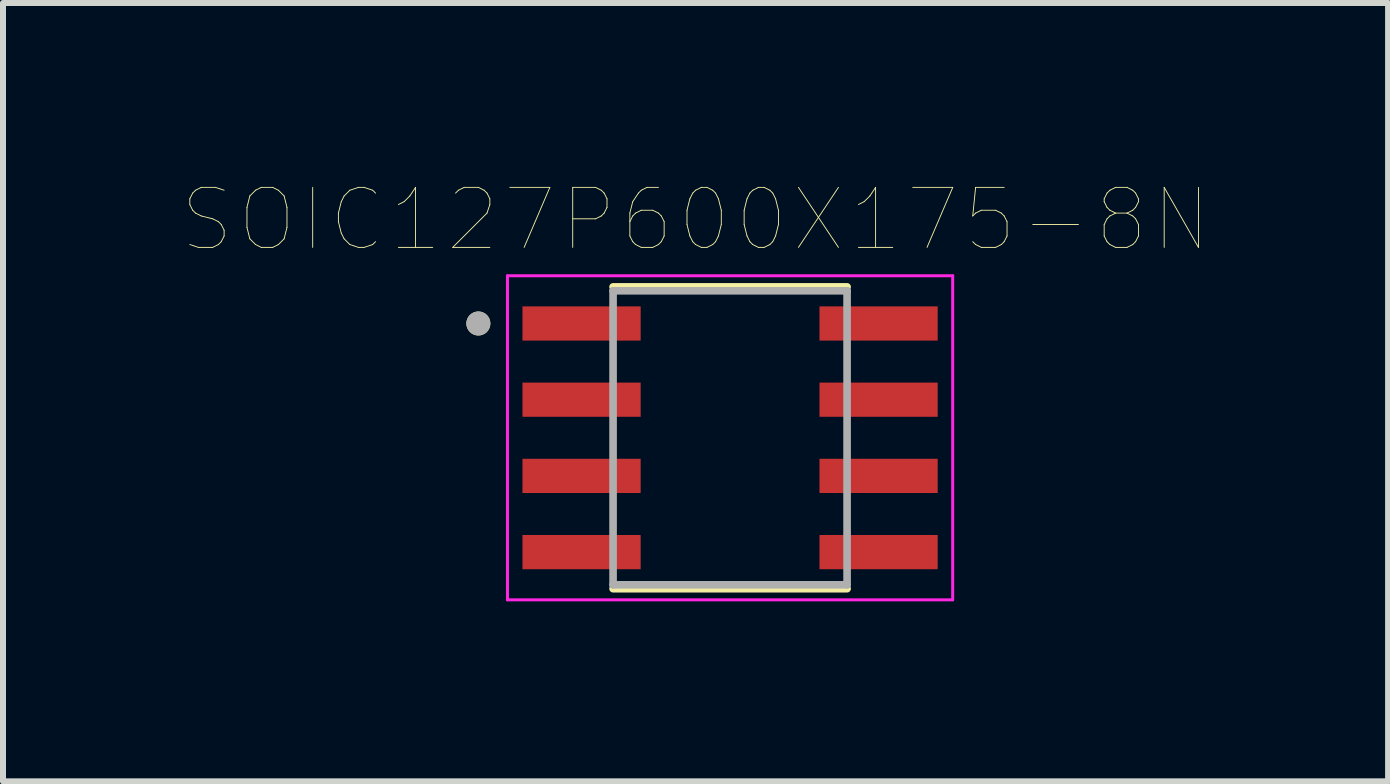
<source format=kicad_pcb>
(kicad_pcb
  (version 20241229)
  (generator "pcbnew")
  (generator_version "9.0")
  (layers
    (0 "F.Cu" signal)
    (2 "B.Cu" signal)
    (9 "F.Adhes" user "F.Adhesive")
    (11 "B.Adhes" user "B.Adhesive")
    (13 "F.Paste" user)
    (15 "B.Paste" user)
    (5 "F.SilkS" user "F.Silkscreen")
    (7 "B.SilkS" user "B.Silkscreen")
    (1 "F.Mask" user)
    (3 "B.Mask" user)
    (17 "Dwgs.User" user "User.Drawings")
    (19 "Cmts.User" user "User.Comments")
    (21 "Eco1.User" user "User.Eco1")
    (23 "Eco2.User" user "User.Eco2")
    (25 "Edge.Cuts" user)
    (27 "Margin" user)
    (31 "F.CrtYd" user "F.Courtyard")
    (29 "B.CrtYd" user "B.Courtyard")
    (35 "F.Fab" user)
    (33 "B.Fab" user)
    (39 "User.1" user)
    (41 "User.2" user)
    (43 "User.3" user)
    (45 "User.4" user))
  (footprint "SOIC127P600X175-8N"
    (layer "F.Cu")
    (at 9.117 4.246)
    (property "Reference" "SOIC127P600X175-8N" (at -0.575 -3.635 0) (layer "F.SilkS") (effects (font (size 1 1) (thickness 0.015))))
    (attr through_hole)
    (fp_line (start -1.95 -2.515) (end 1.95 -2.515) (stroke (width 0.127) (type solid)) (layer "F.SilkS"))
    (fp_line (start -1.95 2.515) (end 1.95 2.515) (stroke (width 0.127) (type solid)) (layer "F.SilkS"))
    (fp_circle (center -4.195 -1.905) (end -4.095 -1.905) (stroke (width 0.2) (type solid)) (fill no) (layer "F.SilkS"))
    (fp_line (start -3.71 -2.7) (end -3.71 2.7) (stroke (width 0.05) (type solid)) (layer "F.CrtYd"))
    (fp_line (start -3.71 -2.7) (end 3.71 -2.7) (stroke (width 0.05) (type solid)) (layer "F.CrtYd"))
    (fp_line (start -3.71 2.7) (end 3.71 2.7) (stroke (width 0.05) (type solid)) (layer "F.CrtYd"))
    (fp_line (start 3.71 -2.7) (end 3.71 2.7) (stroke (width 0.05) (type solid)) (layer "F.CrtYd"))
    (fp_line (start -1.95 -2.45) (end -1.95 2.45) (stroke (width 0.127) (type solid)) (layer "F.Fab"))
    (fp_line (start -1.95 -2.45) (end 1.95 -2.45) (stroke (width 0.127) (type solid)) (layer "F.Fab"))
    (fp_line (start -1.95 2.45) (end 1.95 2.45) (stroke (width 0.127) (type solid)) (layer "F.Fab"))
    (fp_line (start 1.95 -2.45) (end 1.95 2.45) (stroke (width 0.127) (type solid)) (layer "F.Fab"))
    (fp_circle (center -4.195 -1.905) (end -4.095 -1.905) (stroke (width 0.2) (type solid)) (fill no) (layer "F.Fab"))
    (pad "1" smd rect (at -2.475 -1.905) (size 1.97 0.57) (layers "F.Cu" "F.Mask" "F.Paste"))
    (pad "2" smd rect (at -2.475 -0.635) (size 1.97 0.57) (layers "F.Cu" "F.Mask" "F.Paste"))
    (pad "3" smd rect (at -2.475 0.635) (size 1.97 0.57) (layers "F.Cu" "F.Mask" "F.Paste"))
    (pad "4" smd rect (at -2.475 1.905) (size 1.97 0.57) (layers "F.Cu" "F.Mask" "F.Paste"))
    (pad "5" smd rect (at 2.475 1.905) (size 1.97 0.57) (layers "F.Cu" "F.Mask" "F.Paste"))
    (pad "6" smd rect (at 2.475 0.635) (size 1.97 0.57) (layers "F.Cu" "F.Mask" "F.Paste"))
    (pad "7" smd rect (at 2.475 -0.635) (size 1.97 0.57) (layers "F.Cu" "F.Mask" "F.Paste"))
    (pad "8" smd rect (at 2.475 -1.905) (size 1.97 0.57) (layers "F.Cu" "F.Mask" "F.Paste")))
  (gr_rect
    (start -3 -3)
    (end 20.083 9.971)
    (stroke (width 0.1) (type default))
    (fill no)
    (layer "Edge.Cuts")))
</source>
